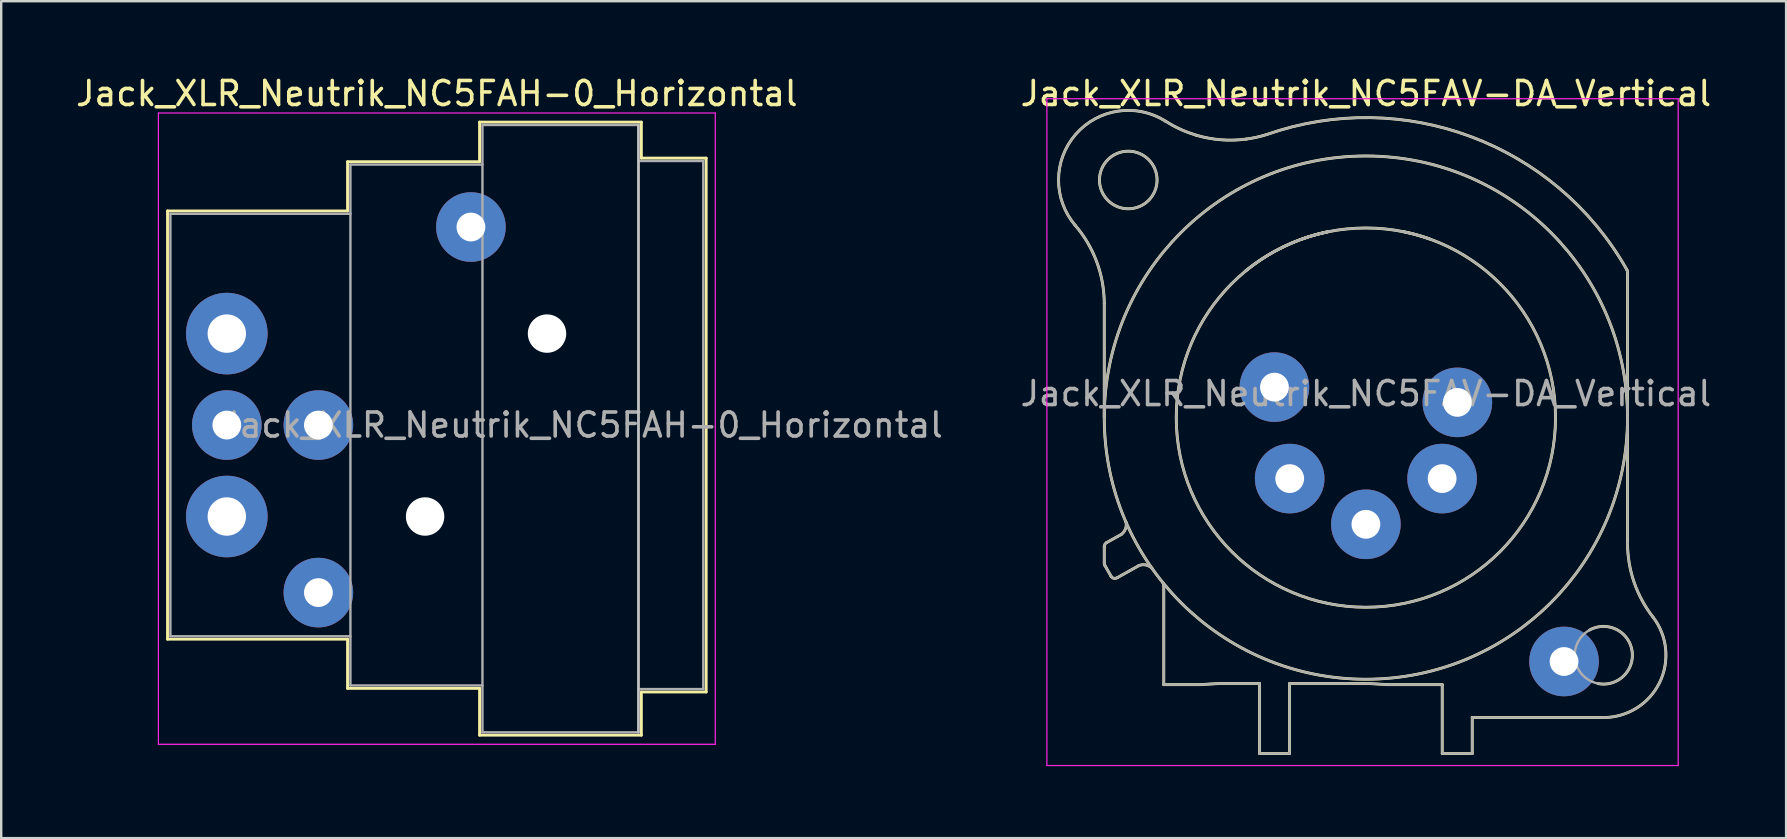
<source format=kicad_pcb>
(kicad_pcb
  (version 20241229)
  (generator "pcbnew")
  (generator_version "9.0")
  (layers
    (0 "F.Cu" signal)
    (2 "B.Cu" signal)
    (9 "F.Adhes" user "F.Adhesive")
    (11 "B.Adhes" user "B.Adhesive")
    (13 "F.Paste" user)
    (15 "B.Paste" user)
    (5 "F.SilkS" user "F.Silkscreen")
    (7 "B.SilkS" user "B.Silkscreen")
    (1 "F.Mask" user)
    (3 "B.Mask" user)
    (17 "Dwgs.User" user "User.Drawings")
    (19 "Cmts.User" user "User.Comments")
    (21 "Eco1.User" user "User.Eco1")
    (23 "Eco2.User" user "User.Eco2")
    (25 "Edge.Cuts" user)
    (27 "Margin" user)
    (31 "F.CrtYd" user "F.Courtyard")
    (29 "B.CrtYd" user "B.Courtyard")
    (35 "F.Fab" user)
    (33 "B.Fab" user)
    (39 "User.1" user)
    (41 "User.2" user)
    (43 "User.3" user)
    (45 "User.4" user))
  (footprint "Jack_XLR_Neutrik_NC5FAV-DA_Vertical"
    (layer "F.Cu")
    (at 57.664 13.713)
    (property "Reference" "Jack_XLR_Neutrik_NC5FAV-DA_Vertical" (at -3.81 -12.865 0) (layer "F.SilkS") (effects (font (size 1 1) (thickness 0.15))))
    (attr through_hole)
    (fp_line (start -14.71 0.635) (end -14.71 -4.13) (stroke (width 0.12) (type solid)) (layer "F.SilkS"))
    (fp_line (start -14.71 6.01) (end -14.71 6.7) (stroke (width 0.12) (type solid)) (layer "F.SilkS"))
    (fp_line (start -14.68 6.8) (end -14.43 7.24) (stroke (width 0.12) (type solid)) (layer "F.SilkS"))
    (fp_line (start -14.61 5.84) (end -14 5.5) (stroke (width 0.12) (type solid)) (layer "F.SilkS"))
    (fp_line (start -14.16 7.3) (end -13.27 6.8) (stroke (width 0.12) (type solid)) (layer "F.SilkS"))
    (fp_line (start -12.23 11.76) (end -12.23 7.62) (stroke (width 0.12) (type solid)) (layer "F.SilkS"))
    (fp_line (start -10.73 11.76) (end -12.23 11.76) (stroke (width 0.12) (type solid)) (layer "F.SilkS"))
    (fp_line (start -9.89 11.71) (end -10.73 11.76) (stroke (width 0.12) (type solid)) (layer "F.SilkS"))
    (fp_line (start -8.24 11.71) (end -9.89 11.71) (stroke (width 0.12) (type solid)) (layer "F.SilkS"))
    (fp_line (start -8.24 11.71) (end -8.24 14.63) (stroke (width 0.12) (type solid)) (layer "F.SilkS"))
    (fp_line (start -6.99 14.63) (end -8.24 14.63) (stroke (width 0.12) (type solid)) (layer "F.SilkS"))
    (fp_line (start -6.99 14.63) (end -6.99 11.71) (stroke (width 0.12) (type solid)) (layer "F.SilkS"))
    (fp_line (start -3.73 11.71) (end -6.99 11.71) (stroke (width 0.12) (type solid)) (layer "F.SilkS"))
    (fp_line (start -2.89 11.76) (end -3.73 11.71) (stroke (width 0.12) (type solid)) (layer "F.SilkS"))
    (fp_line (start -0.63 11.76) (end -2.89 11.76) (stroke (width 0.12) (type solid)) (layer "F.SilkS"))
    (fp_line (start -0.63 11.76) (end -0.63 14.63) (stroke (width 0.12) (type solid)) (layer "F.SilkS"))
    (fp_line (start 0.62 14.63) (end -0.63 14.63) (stroke (width 0.12) (type solid)) (layer "F.SilkS"))
    (fp_line (start 0.62 14.63) (end 0.62 13.13) (stroke (width 0.12) (type solid)) (layer "F.SilkS"))
    (fp_line (start 6.09 13.13) (end 0.62 13.13) (stroke (width 0.12) (type solid)) (layer "F.SilkS"))
    (fp_line (start 7.09 -5.43) (end 7.09 5.87) (stroke (width 0.12) (type solid)) (layer "F.SilkS"))
    (fp_arc (start -15.929066 -7.385564) (mid -15.028115 -5.866905) (end -14.71 -4.13) (stroke (width 0.12) (type solid)) (layer "F.SilkS"))
    (fp_arc (start -15.918146 -7.373153) (mid -15.902506 -11.164998) (end -12.15 -11.71) (stroke (width 0.12) (type solid)) (layer "F.SilkS"))
    (fp_arc (start -14.709743 6.009652) (mid -14.682878 5.9113) (end -14.61 5.84) (stroke (width 0.12) (type solid)) (layer "F.SilkS"))
    (fp_arc (start -14.682649 6.795385) (mid -14.703027 6.749614) (end -14.71 6.7) (stroke (width 0.12) (type solid)) (layer "F.SilkS"))
    (fp_arc (start -14.160142 7.297076) (mid -14.307987 7.329603) (end -14.43 7.24) (stroke (width 0.12) (type solid)) (layer "F.SilkS"))
    (fp_arc (start -13.801628 4.991381) (mid -13.826689 5.274601) (end -14 5.5) (stroke (width 0.12) (type solid)) (layer "F.SilkS"))
    (fp_arc (start -13.27 6.8) (mid -12.979462 6.773118) (end -12.722228 6.910835) (stroke (width 0.12) (type solid)) (layer "F.SilkS"))
    (fp_arc (start -12.267885 7.513016) (mid -12.239751 7.563253) (end -12.23 7.62) (stroke (width 0.12) (type solid)) (layer "F.SilkS"))
    (fp_arc (start -10.874228 -11.129536) (mid -11.532536 -11.374883) (end -12.15 -11.71) (stroke (width 0.12) (type solid)) (layer "F.SilkS"))
    (fp_arc (start -8.842926 -5.457584) (mid -7.213275 -6.497156) (end -5.38 -7.11) (stroke (width 0.12) (type solid)) (layer "F.SilkS"))
    (fp_arc (start -8.78758 -10.969733) (mid -9.842283 -10.938982) (end -10.88 -11.13) (stroke (width 0.12) (type solid)) (layer "F.SilkS"))
    (fp_arc (start -7.953762 -11.154656) (mid -8.367971 -11.044621) (end -8.79 -10.97) (stroke (width 0.12) (type solid)) (layer "F.SilkS"))
    (fp_arc (start -7.952655 -11.154934) (mid 0.574548 -11.067131) (end 7.06 -5.53) (stroke (width 0.12) (type solid)) (layer "F.SilkS"))
    (fp_arc (start -6.455617 -6.811518) (mid -5.923085 -6.979774) (end -5.38 -7.11) (stroke (width 0.12) (type solid)) (layer "F.SilkS"))
    (fp_arc (start -2.235447 -7.109114) (mid -1.692436 -6.978569) (end -1.16 -6.81) (stroke (width 0.12) (type solid)) (layer "F.SilkS"))
    (fp_arc (start 5.507701 9.483226) (mid 7.277502 10.347546) (end 5.86 11.715) (stroke (width 0.12) (type solid)) (layer "F.SilkS"))
    (fp_arc (start 7.056349 -5.537362) (mid 7.080146 -5.485866) (end 7.09 -5.43) (stroke (width 0.12) (type solid)) (layer "F.SilkS"))
    (fp_arc (start 8.152719 8.94722) (mid 8.42187 11.679951) (end 6.09 13.13) (stroke (width 0.12) (type solid)) (layer "F.SilkS"))
    (fp_arc (start 8.154941 8.951603) (mid 7.36532 7.499668) (end 7.09 5.87) (stroke (width 0.12) (type solid)) (layer "F.SilkS"))
    (fp_circle (center -13.71 -9.265) (end -12.51 -9.265) (stroke (width 0.12) (type solid)) (fill no) (layer "F.SilkS"))
    (fp_circle (center -3.81 0.635) (end 4.09 0.635) (stroke (width 0.12) (type solid)) (fill no) (layer "F.SilkS"))
    (fp_circle (center -3.81 0.635) (end 7.09 0.635) (stroke (width 0.12) (type solid)) (fill no) (layer "F.SilkS"))
    (fp_line (start -17.1 -12.65) (end 9.2 -12.65) (stroke (width 0.05) (type solid)) (layer "F.CrtYd"))
    (fp_line (start -17.1 15.13) (end -17.1 -12.65) (stroke (width 0.05) (type solid)) (layer "F.CrtYd"))
    (fp_line (start 9.2 -12.65) (end 9.2 15.13) (stroke (width 0.05) (type solid)) (layer "F.CrtYd"))
    (fp_line (start 9.2 15.13) (end -17.1 15.13) (stroke (width 0.05) (type solid)) (layer "F.CrtYd"))
    (fp_line (start -14.71 0.635) (end -14.71 -4.13) (stroke (width 0.1) (type solid)) (layer "F.Fab"))
    (fp_line (start -14.71 6.01) (end -14.71 6.7) (stroke (width 0.1) (type solid)) (layer "F.Fab"))
    (fp_line (start -14.68 6.8) (end -14.43 7.24) (stroke (width 0.1) (type solid)) (layer "F.Fab"))
    (fp_line (start -14.61 5.84) (end -14 5.5) (stroke (width 0.1) (type solid)) (layer "F.Fab"))
    (fp_line (start -14.16 7.3) (end -13.27 6.8) (stroke (width 0.1) (type solid)) (layer "F.Fab"))
    (fp_line (start -12.23 11.76) (end -12.23 7.62) (stroke (width 0.1) (type solid)) (layer "F.Fab"))
    (fp_line (start -10.73 11.76) (end -12.23 11.76) (stroke (width 0.1) (type solid)) (layer "F.Fab"))
    (fp_line (start -9.89 11.71) (end -10.73 11.76) (stroke (width 0.1) (type solid)) (layer "F.Fab"))
    (fp_line (start -8.24 11.71) (end -9.89 11.71) (stroke (width 0.1) (type solid)) (layer "F.Fab"))
    (fp_line (start -8.24 11.71) (end -8.24 14.63) (stroke (width 0.1) (type solid)) (layer "F.Fab"))
    (fp_line (start -6.99 14.63) (end -8.24 14.63) (stroke (width 0.1) (type solid)) (layer "F.Fab"))
    (fp_line (start -6.99 14.63) (end -6.99 11.71) (stroke (width 0.1) (type solid)) (layer "F.Fab"))
    (fp_line (start -3.73 11.71) (end -6.99 11.71) (stroke (width 0.1) (type solid)) (layer "F.Fab"))
    (fp_line (start -2.89 11.76) (end -3.73 11.71) (stroke (width 0.1) (type solid)) (layer "F.Fab"))
    (fp_line (start -0.63 11.76) (end -2.89 11.76) (stroke (width 0.1) (type solid)) (layer "F.Fab"))
    (fp_line (start -0.63 11.76) (end -0.63 14.63) (stroke (width 0.1) (type solid)) (layer "F.Fab"))
    (fp_line (start 0.62 14.63) (end -0.63 14.63) (stroke (width 0.1) (type solid)) (layer "F.Fab"))
    (fp_line (start 0.62 14.63) (end 0.62 13.13) (stroke (width 0.1) (type solid)) (layer "F.Fab"))
    (fp_line (start 6.09 13.13) (end 0.62 13.13) (stroke (width 0.1) (type solid)) (layer "F.Fab"))
    (fp_line (start 7.09 -5.43) (end 7.09 5.87) (stroke (width 0.1) (type solid)) (layer "F.Fab"))
    (fp_arc (start -15.929066 -7.385564) (mid -15.028115 -5.866905) (end -14.71 -4.13) (stroke (width 0.1) (type solid)) (layer "F.Fab"))
    (fp_arc (start -15.918146 -7.373153) (mid -15.902506 -11.164998) (end -12.15 -11.71) (stroke (width 0.1) (type solid)) (layer "F.Fab"))
    (fp_arc (start -14.709743 6.009652) (mid -14.682878 5.9113) (end -14.61 5.84) (stroke (width 0.1) (type solid)) (layer "F.Fab"))
    (fp_arc (start -14.682649 6.795385) (mid -14.703027 6.749614) (end -14.71 6.7) (stroke (width 0.1) (type solid)) (layer "F.Fab"))
    (fp_arc (start -14.160142 7.297076) (mid -14.307987 7.329603) (end -14.43 7.24) (stroke (width 0.1) (type solid)) (layer "F.Fab"))
    (fp_arc (start -13.801628 4.991381) (mid -13.826689 5.274601) (end -14 5.5) (stroke (width 0.1) (type solid)) (layer "F.Fab"))
    (fp_arc (start -13.27 6.8) (mid -12.979462 6.773118) (end -12.722228 6.910835) (stroke (width 0.1) (type solid)) (layer "F.Fab"))
    (fp_arc (start -12.267885 7.513016) (mid -12.239751 7.563253) (end -12.23 7.62) (stroke (width 0.1) (type solid)) (layer "F.Fab"))
    (fp_arc (start -10.874228 -11.129536) (mid -11.532536 -11.374883) (end -12.15 -11.71) (stroke (width 0.1) (type solid)) (layer "F.Fab"))
    (fp_arc (start -8.842926 -5.457584) (mid -7.213275 -6.497156) (end -5.38 -7.11) (stroke (width 0.1) (type solid)) (layer "F.Fab"))
    (fp_arc (start -8.78758 -10.969733) (mid -9.842283 -10.938982) (end -10.88 -11.13) (stroke (width 0.1) (type solid)) (layer "F.Fab"))
    (fp_arc (start -7.953762 -11.154656) (mid -8.367971 -11.044621) (end -8.79 -10.97) (stroke (width 0.1) (type solid)) (layer "F.Fab"))
    (fp_arc (start -7.952655 -11.154934) (mid 0.574548 -11.067131) (end 7.06 -5.53) (stroke (width 0.1) (type solid)) (layer "F.Fab"))
    (fp_arc (start -6.455617 -6.811518) (mid -5.923085 -6.979774) (end -5.38 -7.11) (stroke (width 0.1) (type solid)) (layer "F.Fab"))
    (fp_arc (start -2.235447 -7.109114) (mid -1.692436 -6.978569) (end -1.16 -6.81) (stroke (width 0.1) (type solid)) (layer "F.Fab"))
    (fp_arc (start 7.056349 -5.537362) (mid 7.080146 -5.485866) (end 7.09 -5.43) (stroke (width 0.1) (type solid)) (layer "F.Fab"))
    (fp_arc (start 8.152719 8.94722) (mid 8.42187 11.679951) (end 6.09 13.13) (stroke (width 0.1) (type solid)) (layer "F.Fab"))
    (fp_arc (start 8.154941 8.951603) (mid 7.36532 7.499668) (end 7.09 5.87) (stroke (width 0.1) (type solid)) (layer "F.Fab"))
    (fp_circle (center -13.71 -9.265) (end -12.51 -9.265) (stroke (width 0.1) (type solid)) (fill no) (layer "F.Fab"))
    (fp_circle (center -3.81 0.635) (end 4.09 0.635) (stroke (width 0.1) (type solid)) (fill no) (layer "F.Fab"))
    (fp_circle (center -3.81 0.635) (end 7.09 0.635) (stroke (width 0.1) (type solid)) (fill no) (layer "F.Fab"))
    (fp_circle (center 6.09 10.535) (end 7.29 10.535) (stroke (width 0.1) (type solid)) (fill no) (layer "F.Fab"))
    (fp_text user "${REFERENCE}" (at -3.81 -0.365 0) (layer "F.Fab") (effects (font (size 1 1) (thickness 0.15))))
    (pad "1" thru_hole circle (at 0 0) (size 2.9 2.9) (drill 1.2) (layers "*.Cu" "*.Mask"))
    (pad "2" thru_hole circle (at -0.635 3.175) (size 2.9 2.9) (drill 1.2) (layers "*.Cu" "*.Mask"))
    (pad "3" thru_hole circle (at -3.81 5.08) (size 2.9 2.9) (drill 1.2) (layers "*.Cu" "*.Mask"))
    (pad "4" thru_hole circle (at -6.985 3.175) (size 2.9 2.9) (drill 1.2) (layers "*.Cu" "*.Mask"))
    (pad "5" thru_hole circle (at -7.62 -0.635) (size 2.9 2.9) (drill 1.2) (layers "*.Cu" "*.Mask"))
    (pad "G" thru_hole circle (at 4.445 10.795) (size 2.9 2.9) (drill 1.2) (layers "*.Cu" "*.Mask")))
  (footprint "Jack_XLR_Neutrik_NC5FAH-0_Horizontal"
    (layer "F.Cu")
    (at 6.399 10.848)
    (property "Reference" "Jack_XLR_Neutrik_NC5FAH-0_Horizontal" (at 8.75 -10 0) (layer "F.SilkS") (effects (font (size 1 1) (thickness 0.15))))
    (attr through_hole)
    (fp_line (start -2.47 -5.11) (end -2.47 12.73) (stroke (width 0.12) (type solid)) (layer "F.SilkS"))
    (fp_line (start 5.03 -5.11) (end -2.47 -5.11) (stroke (width 0.12) (type solid)) (layer "F.SilkS"))
    (fp_line (start 5.03 -5.11) (end 5.03 -7.16) (stroke (width 0.12) (type solid)) (layer "F.SilkS"))
    (fp_line (start 5.03 12.73) (end -2.47 12.73) (stroke (width 0.12) (type solid)) (layer "F.SilkS"))
    (fp_line (start 5.03 12.73) (end 5.03 14.78) (stroke (width 0.12) (type solid)) (layer "F.SilkS"))
    (fp_line (start 10.53 -7.16) (end 5.03 -7.16) (stroke (width 0.12) (type solid)) (layer "F.SilkS"))
    (fp_line (start 10.53 -7.16) (end 10.53 -8.81) (stroke (width 0.12) (type solid)) (layer "F.SilkS"))
    (fp_line (start 10.53 14.78) (end 5.03 14.78) (stroke (width 0.12) (type solid)) (layer "F.SilkS"))
    (fp_line (start 10.53 16.73) (end 10.53 14.78) (stroke (width 0.12) (type solid)) (layer "F.SilkS"))
    (fp_line (start 17.27 -8.81) (end 10.53 -8.81) (stroke (width 0.12) (type solid)) (layer "F.SilkS"))
    (fp_line (start 17.27 -8.81) (end 17.27 -7.31) (stroke (width 0.12) (type solid)) (layer "F.SilkS"))
    (fp_line (start 17.27 -7.31) (end 19.97 -7.31) (stroke (width 0.12) (type solid)) (layer "F.SilkS"))
    (fp_line (start 17.27 14.93) (end 17.27 16.73) (stroke (width 0.12) (type solid)) (layer "F.SilkS"))
    (fp_line (start 17.27 14.93) (end 19.97 14.93) (stroke (width 0.12) (type solid)) (layer "F.SilkS"))
    (fp_line (start 17.27 16.73) (end 10.53 16.73) (stroke (width 0.12) (type solid)) (layer "F.SilkS"))
    (fp_line (start 19.97 -7.31) (end 19.97 14.93) (stroke (width 0.12) (type solid)) (layer "F.SilkS"))
    (fp_line (start 17.15 -8.69) (end 17.15 16.61) (stroke (width 0.1) (type solid)) (layer "Dwgs.User"))
    (fp_line (start -2.85 -9.19) (end -2.85 17.11) (stroke (width 0.05) (type solid)) (layer "F.CrtYd"))
    (fp_line (start 20.35 -9.19) (end -2.85 -9.19) (stroke (width 0.05) (type solid)) (layer "F.CrtYd"))
    (fp_line (start 20.35 -9.19) (end 20.35 17.11) (stroke (width 0.05) (type solid)) (layer "F.CrtYd"))
    (fp_line (start 20.35 17.11) (end -2.85 17.11) (stroke (width 0.05) (type solid)) (layer "F.CrtYd"))
    (fp_line (start -2.35 -4.99) (end -2.35 12.61) (stroke (width 0.1) (type solid)) (layer "F.Fab"))
    (fp_line (start 5.15 -4.99) (end -2.35 -4.99) (stroke (width 0.1) (type solid)) (layer "F.Fab"))
    (fp_line (start 5.15 12.61) (end -2.35 12.61) (stroke (width 0.1) (type solid)) (layer "F.Fab"))
    (fp_line (start 5.15 14.66) (end 5.15 -7.04) (stroke (width 0.1) (type solid)) (layer "F.Fab"))
    (fp_line (start 5.15 14.66) (end 10.65 14.66) (stroke (width 0.1) (type solid)) (layer "F.Fab"))
    (fp_line (start 10.65 -8.69) (end 17.15 -8.69) (stroke (width 0.1) (type solid)) (layer "F.Fab"))
    (fp_line (start 10.65 -7.04) (end 5.15 -7.04) (stroke (width 0.1) (type solid)) (layer "F.Fab"))
    (fp_line (start 10.65 16.61) (end 10.65 -8.69) (stroke (width 0.1) (type solid)) (layer "F.Fab"))
    (fp_line (start 17.15 -8.69) (end 17.15 16.61) (stroke (width 0.1) (type solid)) (layer "F.Fab"))
    (fp_line (start 17.15 -7.19) (end 19.85 -7.19) (stroke (width 0.1) (type solid)) (layer "F.Fab"))
    (fp_line (start 17.15 16.61) (end 10.65 16.61) (stroke (width 0.1) (type solid)) (layer "F.Fab"))
    (fp_line (start 19.85 -7.19) (end 19.85 14.81) (stroke (width 0.1) (type solid)) (layer "F.Fab"))
    (fp_line (start 19.85 14.81) (end 17.15 14.81) (stroke (width 0.1) (type solid)) (layer "F.Fab"))
    (fp_text user "${REFERENCE}" (at 14.8 3.81 0) (layer "F.Fab") (effects (font (size 1 1) (thickness 0.15))))
    (pad "" np_thru_hole circle (at 8.26 7.62) (size 1.6 1.6) (drill 1.6) (layers "*.Cu" "*.Mask"))
    (pad "" np_thru_hole circle (at 13.34 0) (size 1.6 1.6) (drill 1.6) (layers "*.Cu" "*.Mask"))
    (pad "1" thru_hole circle (at 0 0) (size 3.4 3.4) (drill 1.6) (layers "*.Cu" "*.Mask"))
    (pad "2" thru_hole circle (at 3.815 3.81) (size 2.9 2.9) (drill 1.2) (layers "*.Cu" "*.Mask"))
    (pad "3" thru_hole circle (at 0 3.81) (size 2.9 2.9) (drill 1.2) (layers "*.Cu" "*.Mask"))
    (pad "4" thru_hole circle (at 3.815 10.79) (size 2.9 2.9) (drill 1.2) (layers "*.Cu" "*.Mask"))
    (pad "5" thru_hole circle (at 0 7.62) (size 3.4 3.4) (drill 1.6) (layers "*.Cu" "*.Mask"))
    (pad "G" thru_hole circle (at 10.17 -4.44) (size 2.9 2.9) (drill 1.2) (layers "*.Cu" "*.Mask")))
  (gr_rect
    (start -3 -3)
    (end 71.36 31.868)
    (stroke (width 0.1) (type default))
    (fill no)
    (layer "Edge.Cuts")))
</source>
